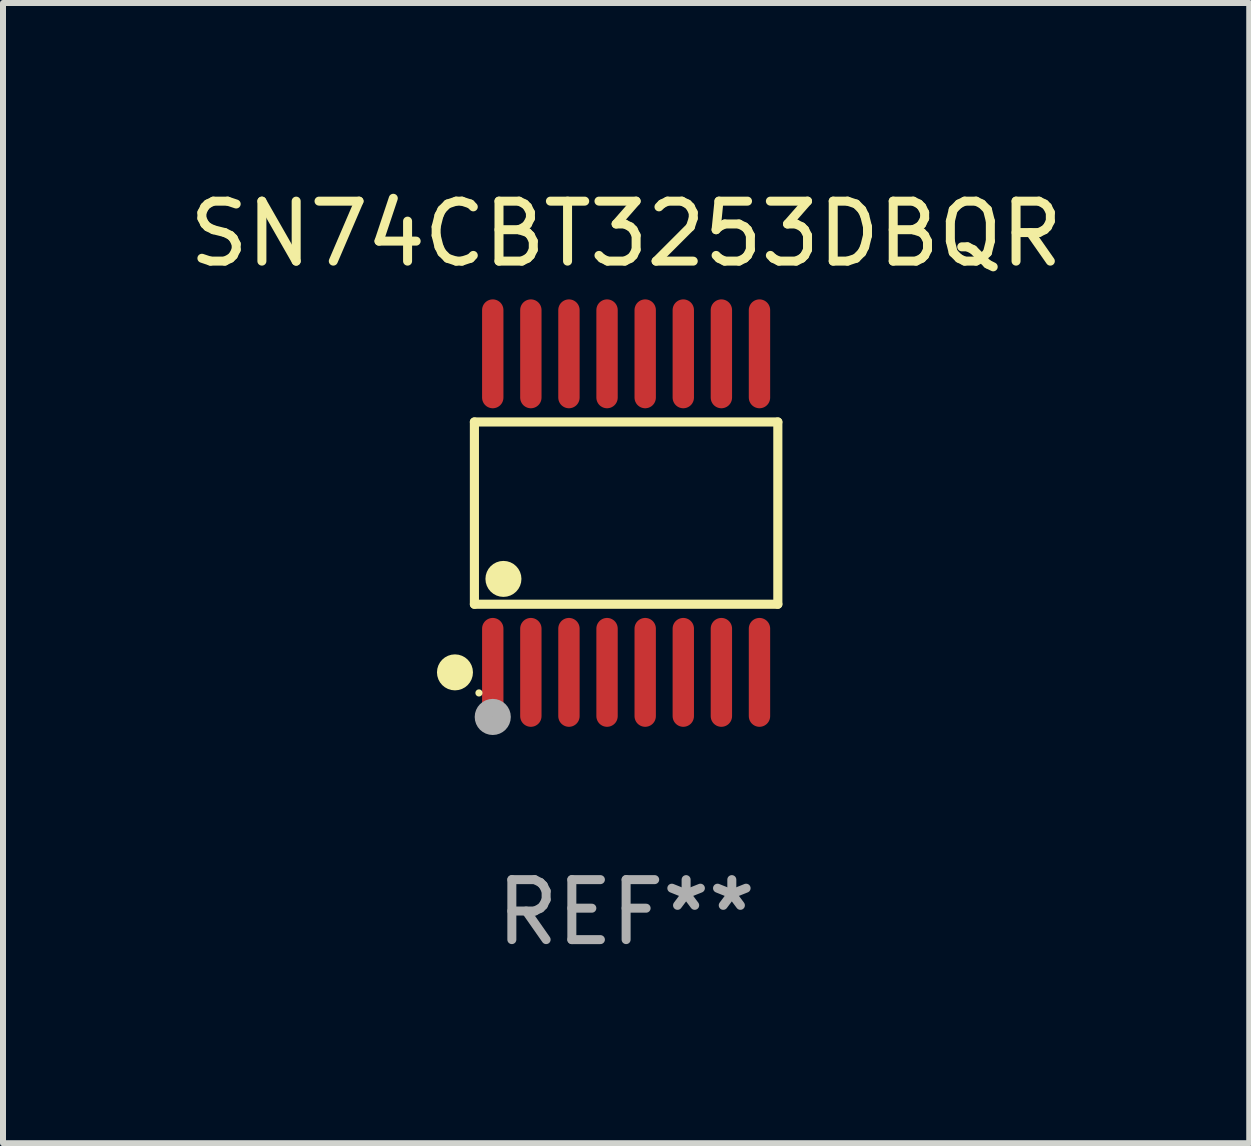
<source format=kicad_pcb>
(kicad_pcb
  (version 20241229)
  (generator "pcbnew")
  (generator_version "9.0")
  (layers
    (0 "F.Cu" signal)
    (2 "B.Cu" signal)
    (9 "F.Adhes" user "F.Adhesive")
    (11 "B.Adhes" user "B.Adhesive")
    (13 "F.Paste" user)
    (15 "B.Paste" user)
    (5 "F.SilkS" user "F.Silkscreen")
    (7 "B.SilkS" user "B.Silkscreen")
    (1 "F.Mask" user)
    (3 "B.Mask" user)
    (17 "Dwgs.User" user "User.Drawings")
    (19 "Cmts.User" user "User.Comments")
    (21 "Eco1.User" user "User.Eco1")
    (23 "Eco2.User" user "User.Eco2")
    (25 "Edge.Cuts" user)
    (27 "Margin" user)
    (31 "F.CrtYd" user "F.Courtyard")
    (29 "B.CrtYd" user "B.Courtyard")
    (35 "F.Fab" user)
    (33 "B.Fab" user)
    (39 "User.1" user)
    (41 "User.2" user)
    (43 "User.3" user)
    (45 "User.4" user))
  (footprint "SN74CBT3253DBQR"
    (layer "F.Cu")
    (at 7.387 5.503)
    (property "Reference" "SN74CBT3253DBQR" (at 0 -4.655 0) (layer "F.SilkS") (effects (font (size 1 1) (thickness 0.15))))
    (attr through_hole)
    (fp_line (start -2.529 -1.519) (end 2.529 -1.519) (stroke (width 0.152) (type solid)) (layer "F.SilkS"))
    (fp_line (start -2.529 1.519) (end -2.529 -1.519) (stroke (width 0.152) (type solid)) (layer "F.SilkS"))
    (fp_line (start 2.529 -1.519) (end 2.529 1.519) (stroke (width 0.152) (type solid)) (layer "F.SilkS"))
    (fp_line (start 2.529 1.519) (end -2.529 1.519) (stroke (width 0.152) (type solid)) (layer "F.SilkS"))
    (fp_circle (center -2.853 2.655) (end -2.703 2.655) (stroke (width 0.3) (type solid)) (fill no) (layer "F.SilkS"))
    (fp_circle (center -2.453 2.998) (end -2.423 2.998) (stroke (width 0.06) (type solid)) (fill no) (layer "F.SilkS"))
    (fp_circle (center -2.045 1.097) (end -1.895 1.097) (stroke (width 0.3) (type solid)) (fill no) (layer "F.SilkS"))
    (fp_circle (center -2.223 3.398) (end -2.072 3.398) (stroke (width 0.3) (type solid)) (fill no) (layer "F.Fab"))
    (fp_text user "REF**" (at 0 6.655 0) (layer "F.Fab") (effects (font (size 1 1) (thickness 0.15))))
    (pad "1" smd oval (at -2.223 2.655) (size 0.356 1.815) (layers "F.Cu" "F.Mask" "F.Paste"))
    (pad "2" smd oval (at -1.588 2.655) (size 0.356 1.815) (layers "F.Cu" "F.Mask" "F.Paste"))
    (pad "3" smd oval (at -0.953 2.655) (size 0.356 1.815) (layers "F.Cu" "F.Mask" "F.Paste"))
    (pad "4" smd oval (at -0.318 2.655) (size 0.356 1.815) (layers "F.Cu" "F.Mask" "F.Paste"))
    (pad "5" smd oval (at 0.318 2.655) (size 0.356 1.815) (layers "F.Cu" "F.Mask" "F.Paste"))
    (pad "6" smd oval (at 0.953 2.655) (size 0.356 1.815) (layers "F.Cu" "F.Mask" "F.Paste"))
    (pad "7" smd oval (at 1.588 2.655) (size 0.356 1.815) (layers "F.Cu" "F.Mask" "F.Paste"))
    (pad "8" smd oval (at 2.223 2.655) (size 0.356 1.815) (layers "F.Cu" "F.Mask" "F.Paste"))
    (pad "9" smd oval (at 2.223 -2.655) (size 0.356 1.815) (layers "F.Cu" "F.Mask" "F.Paste"))
    (pad "10" smd oval (at 1.588 -2.655) (size 0.356 1.815) (layers "F.Cu" "F.Mask" "F.Paste"))
    (pad "11" smd oval (at 0.953 -2.655) (size 0.356 1.815) (layers "F.Cu" "F.Mask" "F.Paste"))
    (pad "12" smd oval (at 0.318 -2.655) (size 0.356 1.815) (layers "F.Cu" "F.Mask" "F.Paste"))
    (pad "13" smd oval (at -0.318 -2.655) (size 0.356 1.815) (layers "F.Cu" "F.Mask" "F.Paste"))
    (pad "14" smd oval (at -0.953 -2.655) (size 0.356 1.815) (layers "F.Cu" "F.Mask" "F.Paste"))
    (pad "15" smd oval (at -1.588 -2.655) (size 0.356 1.815) (layers "F.Cu" "F.Mask" "F.Paste"))
    (pad "16" smd oval (at -2.223 -2.655) (size 0.356 1.815) (layers "F.Cu" "F.Mask" "F.Paste")))
  (gr_rect
    (start -3 -3)
    (end 17.774 16.006)
    (stroke (width 0.1) (type default))
    (fill no)
    (layer "Edge.Cuts")))
</source>
